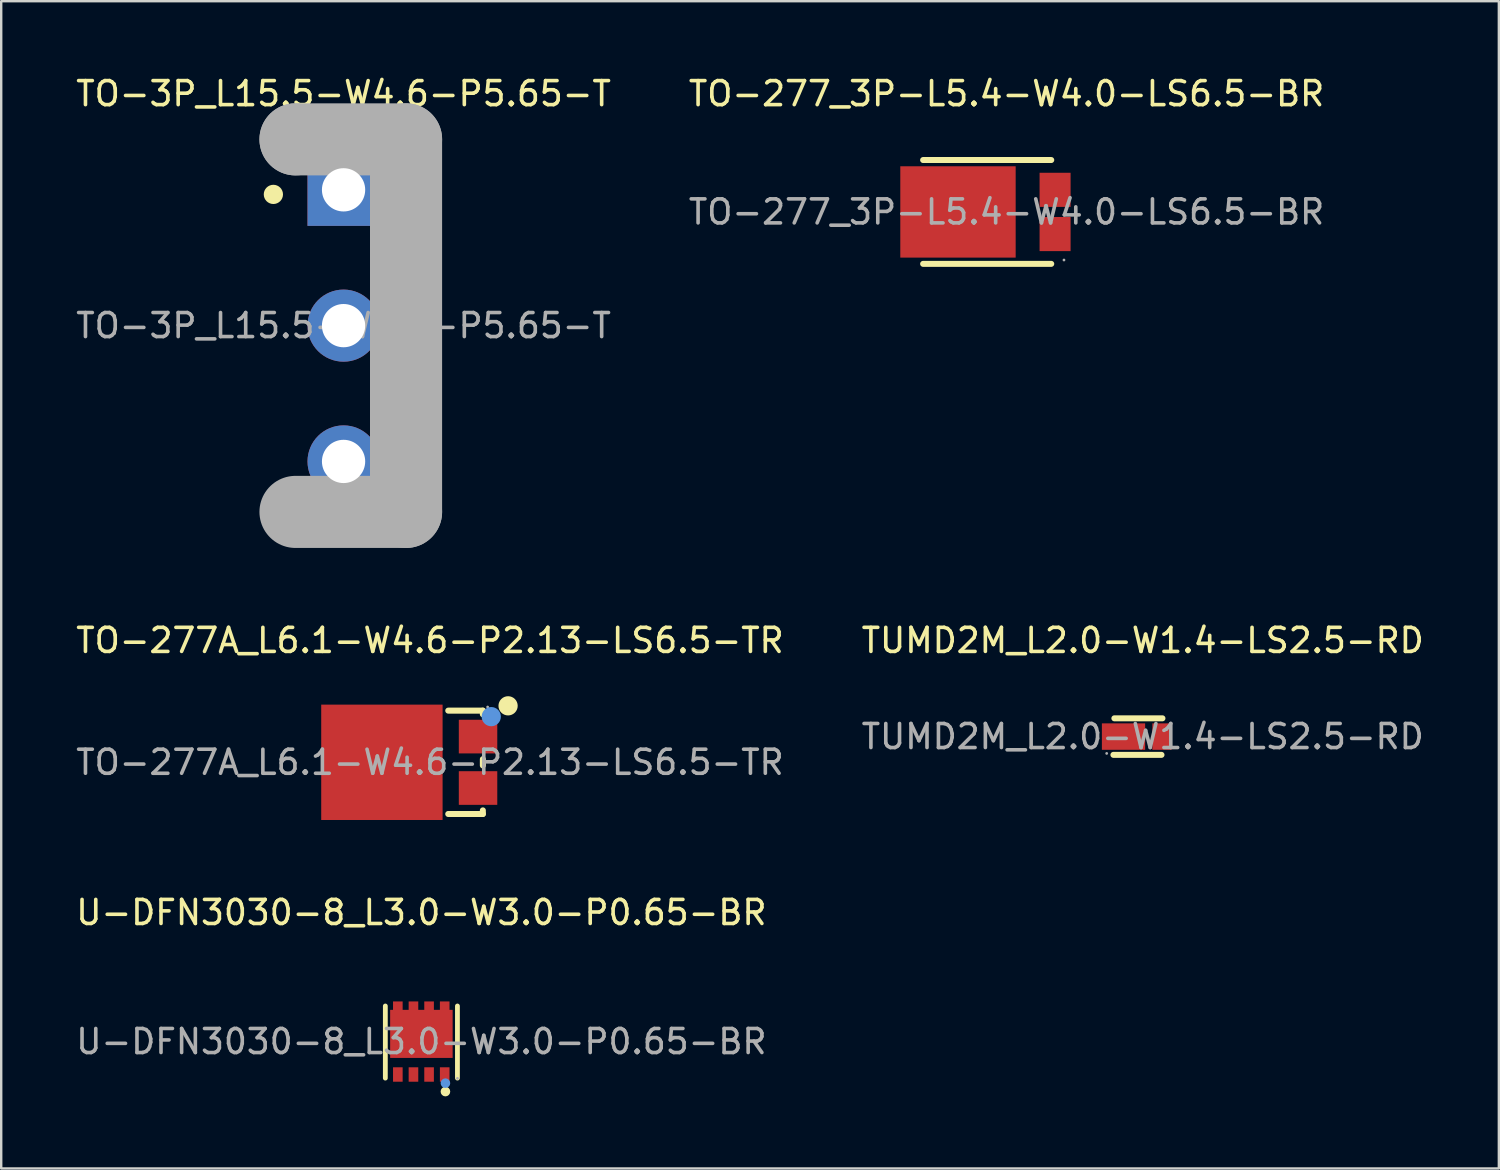
<source format=kicad_pcb>
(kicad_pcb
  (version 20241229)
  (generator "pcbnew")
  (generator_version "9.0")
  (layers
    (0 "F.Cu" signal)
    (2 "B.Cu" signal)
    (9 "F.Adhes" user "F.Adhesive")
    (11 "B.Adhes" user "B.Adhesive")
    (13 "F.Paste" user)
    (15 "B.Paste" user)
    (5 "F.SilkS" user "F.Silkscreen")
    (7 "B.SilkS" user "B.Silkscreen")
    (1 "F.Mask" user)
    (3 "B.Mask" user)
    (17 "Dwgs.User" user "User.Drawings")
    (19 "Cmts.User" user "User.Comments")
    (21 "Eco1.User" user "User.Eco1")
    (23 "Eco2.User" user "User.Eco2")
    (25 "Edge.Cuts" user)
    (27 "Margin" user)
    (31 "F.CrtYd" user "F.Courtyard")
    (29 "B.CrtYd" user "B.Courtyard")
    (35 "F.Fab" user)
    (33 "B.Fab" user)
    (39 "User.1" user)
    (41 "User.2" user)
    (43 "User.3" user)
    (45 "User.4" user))
  (footprint "TO-277_3P-L5.4-W4.0-LS6.5-BR"
    (layer "F.Cu")
    (at 38.827 5.768)
    (property "Reference" "TO-277_3P-L5.4-W4.0-LS6.5-BR" (at 0 -4.92 0) (layer "F.SilkS") (effects (font (size 1 1) (thickness 0.15))))
    (attr through_hole)
    (fp_line (start -3.47 2.16) (end 1.86 2.16) (stroke (width 0.25) (type solid)) (layer "F.SilkS"))
    (fp_line (start 1.86 -2.16) (end -3.47 -2.16) (stroke (width 0.25) (type solid)) (layer "F.SilkS"))
    (fp_circle (center 2.39 2) (end 2.42 2) (stroke (width 0.06) (type solid)) (fill no) (layer "F.Fab"))
    (fp_text user "${REFERENCE}" (at 0 0 0) (layer "F.Fab") (effects (font (size 1 1) (thickness 0.15))))
    (pad "1" smd rect (at 2.02 0.92) (size 1.29 1.42) (layers "F.Cu" "F.Mask" "F.Paste"))
    (pad "2" smd rect (at -2.02 0 90) (size 3.8 4.8) (layers "F.Cu" "F.Mask" "F.Paste"))
    (pad "3" smd rect (at 2.02 -0.92) (size 1.29 1.42) (layers "F.Cu" "F.Mask" "F.Paste")))
  (footprint "TO-3P_L15.5-W4.6-P5.65-T"
    (layer "F.Cu")
    (at 11.244 10.498)
    (property "Reference" "TO-3P_L15.5-W4.6-P5.65-T" (at 0 -9.65 0) (layer "F.SilkS") (effects (font (size 1 1) (thickness 0.15))))
    (attr through_hole)
    (fp_line (start 1.91 7.75) (end 1.91 -7.75) (stroke (width 0.25) (type solid)) (layer "F.SilkS"))
    (fp_arc (start -2.92 -5.46) (mid -2.92 -5.46) (end -2.92 -5.46) (stroke (width 0.4) (type solid)) (layer "F.SilkS"))
    (fp_line (start -2 -7.75) (end -2 -7.75) (stroke (width 3) (type solid)) (layer "F.Fab"))
    (fp_line (start -2 -7.75) (end 2.6 -7.75) (stroke (width 3) (type solid)) (layer "F.Fab"))
    (fp_line (start 2.6 -7.75) (end 2.6 7.75) (stroke (width 3) (type solid)) (layer "F.Fab"))
    (fp_line (start 2.6 7.75) (end -2 7.75) (stroke (width 3) (type solid)) (layer "F.Fab"))
    (fp_circle (center -3.32 -7.88) (end -3.29 -7.88) (stroke (width 0.06) (type solid)) (fill no) (layer "F.Fab"))
    (fp_circle (center 0 -5.65) (end 0.4 -5.65) (stroke (width 0.8) (type solid)) (fill no) (layer "F.Fab"))
    (fp_circle (center 0 0) (end 0.4 0) (stroke (width 0.8) (type solid)) (fill no) (layer "F.Fab"))
    (fp_circle (center 0 5.65) (end 0.4 5.65) (stroke (width 0.8) (type solid)) (fill no) (layer "F.Fab"))
    (fp_text user "${REFERENCE}" (at 0 0 0) (layer "F.Fab") (effects (font (size 1 1) (thickness 0.15))))
    (pad "1" thru_hole rect (at 0 -5.65 270) (size 3 3) (drill 1.8) (layers "*.Cu" "*.Paste" "*.Mask"))
    (pad "2" thru_hole oval (at 0 0 270) (size 3 3) (drill 1.8) (layers "*.Cu" "*.Paste" "*.Mask"))
    (pad "3" thru_hole oval (at 0 5.65 270) (size 3 3) (drill 1.8) (layers "*.Cu" "*.Paste" "*.Mask")))
  (footprint "TO-277A_L6.1-W4.6-P2.13-LS6.5-TR"
    (layer "F.Cu")
    (at 14.839 28.666)
    (property "Reference" "TO-277A_L6.1-W4.6-P2.13-LS6.5-TR" (at 0 -5.07 0) (layer "F.SilkS") (effects (font (size 1 1) (thickness 0.15))))
    (attr through_hole)
    (fp_line (start 0.76 -2.15) (end 2.2 -2.15) (stroke (width 0.25) (type solid)) (layer "F.SilkS"))
    (fp_line (start 2.2 -2.15) (end 2.2 -2) (stroke (width 0.25) (type solid)) (layer "F.SilkS"))
    (fp_line (start 2.2 -0.13) (end 2.2 0.13) (stroke (width 0.25) (type solid)) (layer "F.SilkS"))
    (fp_line (start 2.2 2) (end 2.2 2.15) (stroke (width 0.25) (type solid)) (layer "F.SilkS"))
    (fp_line (start 2.2 2.15) (end 0.76 2.15) (stroke (width 0.25) (type solid)) (layer "F.SilkS"))
    (fp_circle (center 3.25 -2.35) (end 3.45 -2.35) (stroke (width 0.4) (type solid)) (fill no) (layer "F.SilkS"))
    (fp_circle (center 2.55 -1.9) (end 2.75 -1.9) (stroke (width 0.4) (type solid)) (fill no) (layer "Cmts.User"))
    (fp_circle (center 2.4 -2.3) (end 2.43 -2.3) (stroke (width 0.06) (type solid)) (fill no) (layer "F.Fab"))
    (fp_text user "${REFERENCE}" (at 0 0 0) (layer "F.Fab") (effects (font (size 1 1) (thickness 0.15))))
    (pad "1" smd rect (at 2 -1.07) (size 1.6 1.4) (layers "F.Cu" "F.Mask" "F.Paste"))
    (pad "2" smd rect (at 2 1.07) (size 1.6 1.4) (layers "F.Cu" "F.Mask" "F.Paste"))
    (pad "3" smd rect (at -2 0) (size 5.05 4.8) (layers "F.Cu" "F.Mask" "F.Paste")))
  (footprint "U-DFN3030-8_L3.0-W3.0-P0.65-BR"
    (layer "F.Cu")
    (at 14.482 40.285)
    (property "Reference" "U-DFN3030-8_L3.0-W3.0-P0.65-BR" (at 0 -5.37 0) (layer "F.SilkS") (effects (font (size 1 1) (thickness 0.15))))
    (attr through_hole)
    (fp_line (start -1.5 -1.48) (end -1.5 1.52) (stroke (width 0.2) (type solid)) (layer "F.SilkS"))
    (fp_line (start 1.5 -1.48) (end 1.5 1.52) (stroke (width 0.2) (type solid)) (layer "F.SilkS"))
    (fp_circle (center 1 2.08) (end 1.1 2.08) (stroke (width 0.2) (type solid)) (fill no) (layer "F.SilkS"))
    (fp_circle (center 1 1.73) (end 1.1 1.73) (stroke (width 0.2) (type solid)) (fill no) (layer "Cmts.User"))
    (fp_circle (center 1.5 1.53) (end 1.53 1.53) (stroke (width 0.06) (type solid)) (fill no) (layer "F.Fab"))
    (fp_text user "${REFERENCE}" (at 0 0 0) (layer "F.Fab") (effects (font (size 1 1) (thickness 0.15))))
    (pad "1" smd rect (at 0.97 1.37 180) (size 0.4 0.6) (layers "F.Cu" "F.Mask" "F.Paste"))
    (pad "2" smd rect (at 0.32 1.37 180) (size 0.4 0.6) (layers "F.Cu" "F.Mask" "F.Paste"))
    (pad "3" smd rect (at -0.33 1.37 180) (size 0.4 0.6) (layers "F.Cu" "F.Mask" "F.Paste"))
    (pad "4" smd rect (at -0.98 1.37 180) (size 0.4 0.6) (layers "F.Cu" "F.Mask" "F.Paste"))
    (pad "5" smd rect (at -0.98 -1.37 180) (size 0.4 0.6) (layers "F.Cu" "F.Mask" "F.Paste"))
    (pad "6" smd rect (at -0.33 -1.37 180) (size 0.4 0.6) (layers "F.Cu" "F.Mask" "F.Paste"))
    (pad "7" smd rect (at 0.32 -1.37 180) (size 0.4 0.6) (layers "F.Cu" "F.Mask" "F.Paste"))
    (pad "8" smd rect (at 0 -0.32) (size 2.6 2) (layers "F.Cu" "F.Mask" "F.Paste"))
    (pad "8" smd rect (at 0.97 -1.37 180) (size 0.4 0.6) (layers "F.Cu" "F.Mask" "F.Paste")))
  (footprint "TUMD2M_L2.0-W1.4-LS2.5-RD"
    (layer "F.Cu")
    (at 44.494 27.596)
    (property "Reference" "TUMD2M_L2.0-W1.4-LS2.5-RD" (at 0 -4 0) (layer "F.SilkS") (effects (font (size 1 1) (thickness 0.15))))
    (attr through_hole)
    (fp_line (start -1.22 0.76) (end 0.78 0.76) (stroke (width 0.25) (type solid)) (layer "F.SilkS"))
    (fp_line (start -1.18 -0.76) (end 0.82 -0.76) (stroke (width 0.25) (type solid)) (layer "F.SilkS"))
    (fp_circle (center -1.5 0.7) (end -1.47 0.7) (stroke (width 0.06) (type solid)) (fill no) (layer "F.Fab"))
    (fp_text user "${REFERENCE}" (at 0 0 0) (layer "F.Fab") (effects (font (size 1 1) (thickness 0.15))))
    (pad "1" smd rect (at -0.8 0 180) (size 1.8 1.1) (layers "F.Cu" "F.Mask" "F.Paste"))
    (pad "2" smd rect (at 0.8 0 180) (size 0.8 1.1) (layers "F.Cu" "F.Mask" "F.Paste")))
  (gr_rect
    (start -3 -3)
    (end 59.31 45.565)
    (stroke (width 0.1) (type default))
    (fill no)
    (layer "Edge.Cuts")))
</source>
